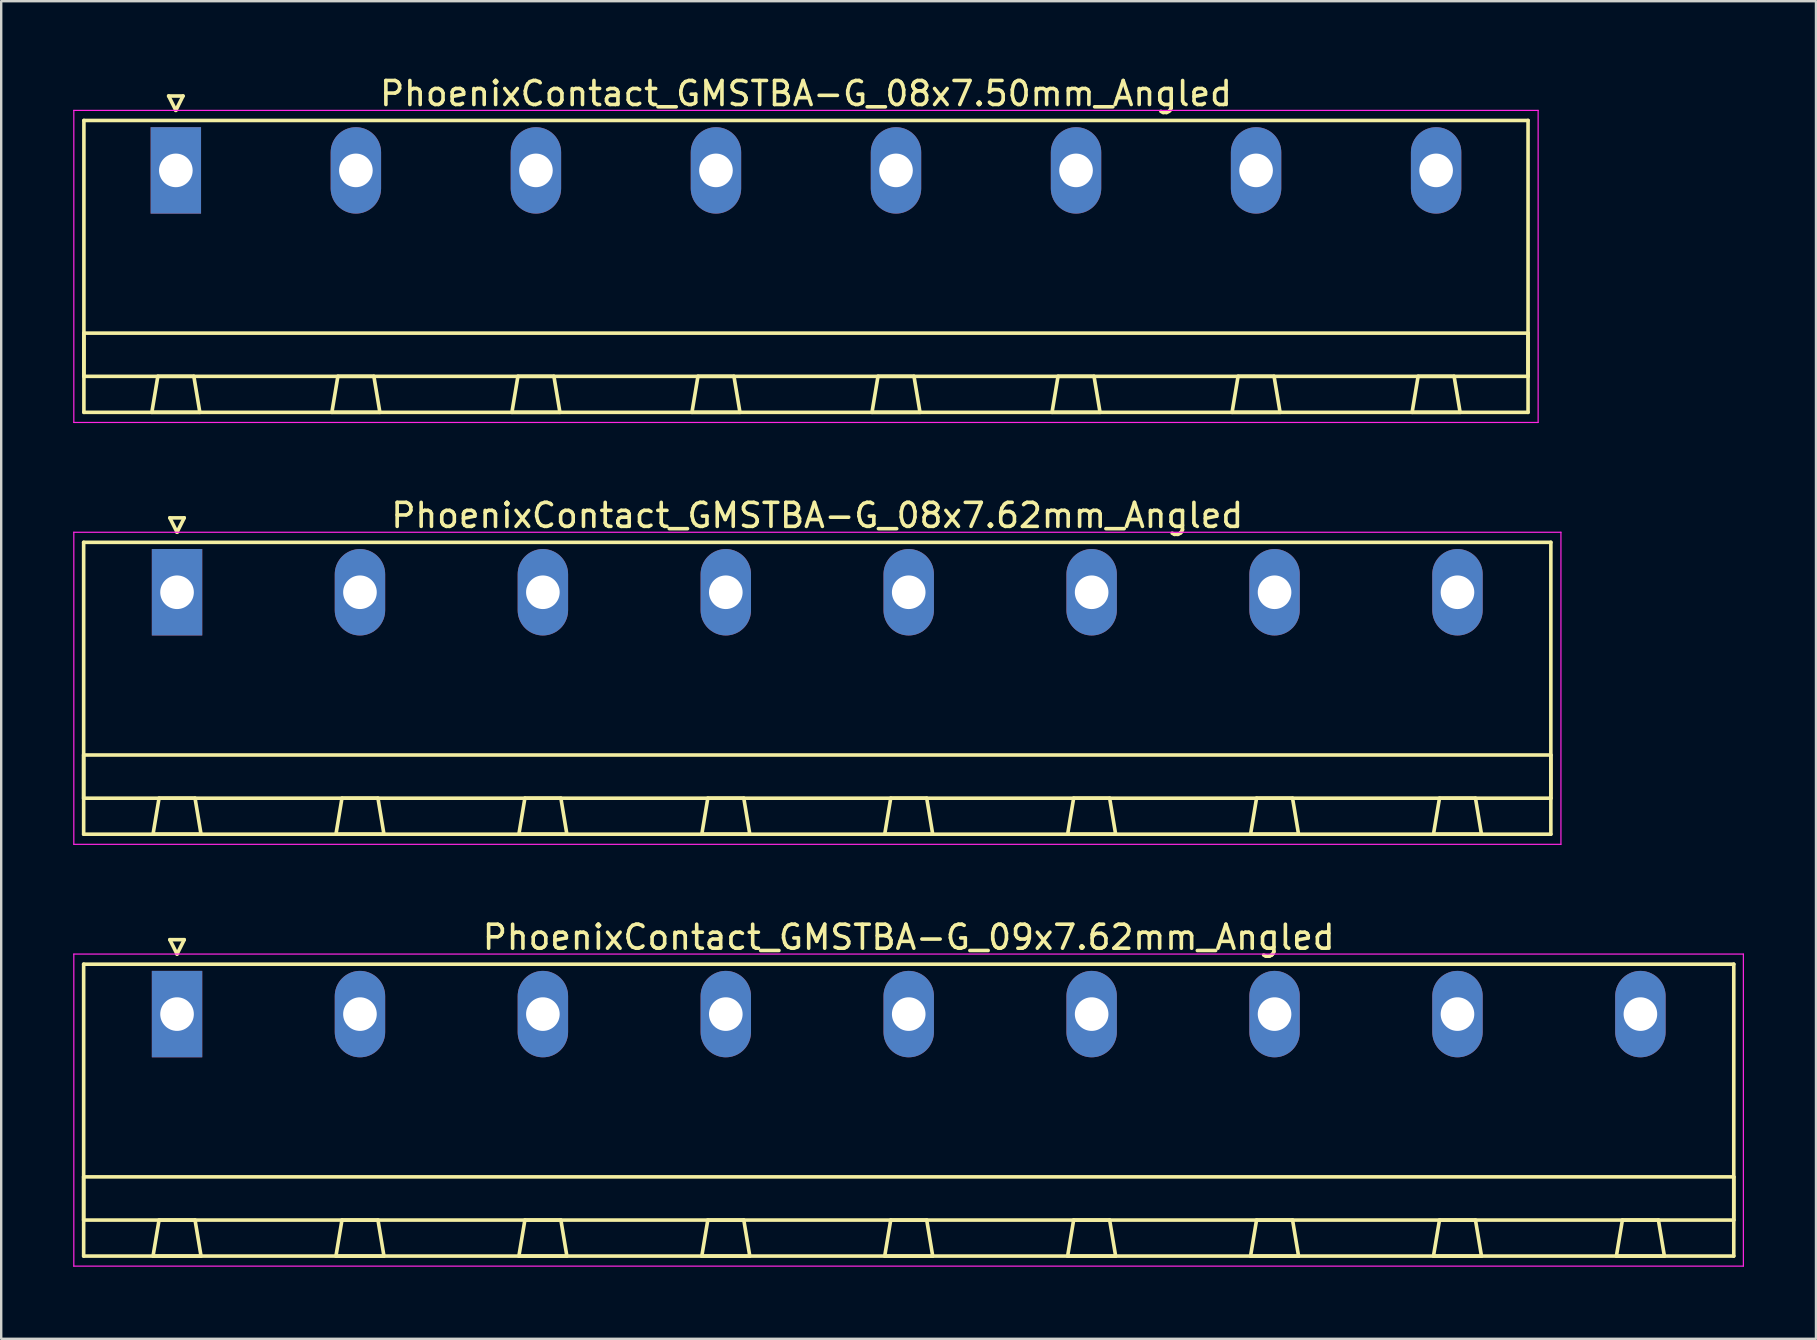
<source format=kicad_pcb>
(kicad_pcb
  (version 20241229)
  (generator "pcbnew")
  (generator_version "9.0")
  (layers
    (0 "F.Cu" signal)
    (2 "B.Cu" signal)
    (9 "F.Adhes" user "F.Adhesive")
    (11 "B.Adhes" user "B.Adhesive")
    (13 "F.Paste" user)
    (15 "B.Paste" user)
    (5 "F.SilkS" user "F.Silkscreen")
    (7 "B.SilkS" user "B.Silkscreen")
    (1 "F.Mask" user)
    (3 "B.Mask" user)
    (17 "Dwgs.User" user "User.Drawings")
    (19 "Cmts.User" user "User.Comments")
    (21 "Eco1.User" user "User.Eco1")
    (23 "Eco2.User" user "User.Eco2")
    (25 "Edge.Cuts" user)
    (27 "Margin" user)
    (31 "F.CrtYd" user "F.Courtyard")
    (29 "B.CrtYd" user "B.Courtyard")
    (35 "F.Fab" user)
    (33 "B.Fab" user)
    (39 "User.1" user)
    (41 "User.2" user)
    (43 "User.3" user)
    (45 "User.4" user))
  (footprint "PhoenixContact_GMSTBA-G_08x7.62mm_Angled"
    (layer "F.Cu")
    (at 4.325 21.622)
    (property "Reference" "PhoenixContact_GMSTBA-G_08x7.62mm_Angled" (at 26.67 -3.2 0) (layer "F.SilkS") (effects (font (size 1 1) (thickness 0.15))))
    (attr through_hole)
    (fp_line (start -3.89 -2.08) (end -3.89 10.08) (stroke (width 0.15) (type solid)) (layer "F.SilkS"))
    (fp_line (start -3.89 6.78) (end 57.23 6.78) (stroke (width 0.15) (type solid)) (layer "F.SilkS"))
    (fp_line (start -3.89 8.58) (end -3.89 6.78) (stroke (width 0.15) (type solid)) (layer "F.SilkS"))
    (fp_line (start -3.89 10.08) (end 57.23 10.08) (stroke (width 0.15) (type solid)) (layer "F.SilkS"))
    (fp_line (start -1 10.08) (end 1 10.08) (stroke (width 0.15) (type solid)) (layer "F.SilkS"))
    (fp_line (start -0.75 8.58) (end -1 10.08) (stroke (width 0.15) (type solid)) (layer "F.SilkS"))
    (fp_line (start -0.3 -3.1) (end 0 -2.5) (stroke (width 0.15) (type solid)) (layer "F.SilkS"))
    (fp_line (start 0 -2.5) (end 0.3 -3.1) (stroke (width 0.15) (type solid)) (layer "F.SilkS"))
    (fp_line (start 0.3 -3.1) (end -0.3 -3.1) (stroke (width 0.15) (type solid)) (layer "F.SilkS"))
    (fp_line (start 0.75 8.58) (end -0.75 8.58) (stroke (width 0.15) (type solid)) (layer "F.SilkS"))
    (fp_line (start 1 10.08) (end 0.75 8.58) (stroke (width 0.15) (type solid)) (layer "F.SilkS"))
    (fp_line (start 6.62 10.08) (end 8.62 10.08) (stroke (width 0.15) (type solid)) (layer "F.SilkS"))
    (fp_line (start 6.87 8.58) (end 6.62 10.08) (stroke (width 0.15) (type solid)) (layer "F.SilkS"))
    (fp_line (start 8.37 8.58) (end 6.87 8.58) (stroke (width 0.15) (type solid)) (layer "F.SilkS"))
    (fp_line (start 8.62 10.08) (end 8.37 8.58) (stroke (width 0.15) (type solid)) (layer "F.SilkS"))
    (fp_line (start 14.24 10.08) (end 16.24 10.08) (stroke (width 0.15) (type solid)) (layer "F.SilkS"))
    (fp_line (start 14.49 8.58) (end 14.24 10.08) (stroke (width 0.15) (type solid)) (layer "F.SilkS"))
    (fp_line (start 15.99 8.58) (end 14.49 8.58) (stroke (width 0.15) (type solid)) (layer "F.SilkS"))
    (fp_line (start 16.24 10.08) (end 15.99 8.58) (stroke (width 0.15) (type solid)) (layer "F.SilkS"))
    (fp_line (start 21.86 10.08) (end 23.86 10.08) (stroke (width 0.15) (type solid)) (layer "F.SilkS"))
    (fp_line (start 22.11 8.58) (end 21.86 10.08) (stroke (width 0.15) (type solid)) (layer "F.SilkS"))
    (fp_line (start 23.61 8.58) (end 22.11 8.58) (stroke (width 0.15) (type solid)) (layer "F.SilkS"))
    (fp_line (start 23.86 10.08) (end 23.61 8.58) (stroke (width 0.15) (type solid)) (layer "F.SilkS"))
    (fp_line (start 29.48 10.08) (end 31.48 10.08) (stroke (width 0.15) (type solid)) (layer "F.SilkS"))
    (fp_line (start 29.73 8.58) (end 29.48 10.08) (stroke (width 0.15) (type solid)) (layer "F.SilkS"))
    (fp_line (start 31.23 8.58) (end 29.73 8.58) (stroke (width 0.15) (type solid)) (layer "F.SilkS"))
    (fp_line (start 31.48 10.08) (end 31.23 8.58) (stroke (width 0.15) (type solid)) (layer "F.SilkS"))
    (fp_line (start 37.1 10.08) (end 39.1 10.08) (stroke (width 0.15) (type solid)) (layer "F.SilkS"))
    (fp_line (start 37.35 8.58) (end 37.1 10.08) (stroke (width 0.15) (type solid)) (layer "F.SilkS"))
    (fp_line (start 38.85 8.58) (end 37.35 8.58) (stroke (width 0.15) (type solid)) (layer "F.SilkS"))
    (fp_line (start 39.1 10.08) (end 38.85 8.58) (stroke (width 0.15) (type solid)) (layer "F.SilkS"))
    (fp_line (start 44.72 10.08) (end 46.72 10.08) (stroke (width 0.15) (type solid)) (layer "F.SilkS"))
    (fp_line (start 44.97 8.58) (end 44.72 10.08) (stroke (width 0.15) (type solid)) (layer "F.SilkS"))
    (fp_line (start 46.47 8.58) (end 44.97 8.58) (stroke (width 0.15) (type solid)) (layer "F.SilkS"))
    (fp_line (start 46.72 10.08) (end 46.47 8.58) (stroke (width 0.15) (type solid)) (layer "F.SilkS"))
    (fp_line (start 52.34 10.08) (end 54.34 10.08) (stroke (width 0.15) (type solid)) (layer "F.SilkS"))
    (fp_line (start 52.59 8.58) (end 52.34 10.08) (stroke (width 0.15) (type solid)) (layer "F.SilkS"))
    (fp_line (start 54.09 8.58) (end 52.59 8.58) (stroke (width 0.15) (type solid)) (layer "F.SilkS"))
    (fp_line (start 54.34 10.08) (end 54.09 8.58) (stroke (width 0.15) (type solid)) (layer "F.SilkS"))
    (fp_line (start 57.23 -2.08) (end -3.89 -2.08) (stroke (width 0.15) (type solid)) (layer "F.SilkS"))
    (fp_line (start 57.23 6.78) (end 57.23 8.58) (stroke (width 0.15) (type solid)) (layer "F.SilkS"))
    (fp_line (start 57.23 8.58) (end -3.89 8.58) (stroke (width 0.15) (type solid)) (layer "F.SilkS"))
    (fp_line (start 57.23 10.08) (end 57.23 -2.08) (stroke (width 0.15) (type solid)) (layer "F.SilkS"))
    (fp_line (start -4.3 -2.5) (end -4.3 10.5) (stroke (width 0.05) (type solid)) (layer "F.CrtYd"))
    (fp_line (start -4.3 10.5) (end 57.65 10.5) (stroke (width 0.05) (type solid)) (layer "F.CrtYd"))
    (fp_line (start 57.65 -2.5) (end -4.3 -2.5) (stroke (width 0.05) (type solid)) (layer "F.CrtYd"))
    (fp_line (start 57.65 10.5) (end 57.65 -2.5) (stroke (width 0.05) (type solid)) (layer "F.CrtYd"))
    (pad "1" thru_hole rect (at 0 0) (size 2.1 3.6) (drill 1.4) (layers "*.Cu" "*.Mask"))
    (pad "2" thru_hole oval (at 7.62 0) (size 2.1 3.6) (drill 1.4) (layers "*.Cu" "*.Mask"))
    (pad "3" thru_hole oval (at 15.24 0) (size 2.1 3.6) (drill 1.4) (layers "*.Cu" "*.Mask"))
    (pad "4" thru_hole oval (at 22.86 0) (size 2.1 3.6) (drill 1.4) (layers "*.Cu" "*.Mask"))
    (pad "5" thru_hole oval (at 30.48 0) (size 2.1 3.6) (drill 1.4) (layers "*.Cu" "*.Mask"))
    (pad "6" thru_hole oval (at 38.1 0) (size 2.1 3.6) (drill 1.4) (layers "*.Cu" "*.Mask"))
    (pad "7" thru_hole oval (at 45.72 0) (size 2.1 3.6) (drill 1.4) (layers "*.Cu" "*.Mask"))
    (pad "8" thru_hole oval (at 53.34 0) (size 2.1 3.6) (drill 1.4) (layers "*.Cu" "*.Mask")))
  (footprint "PhoenixContact_GMSTBA-G_09x7.62mm_Angled"
    (layer "F.Cu")
    (at 4.325 39.195)
    (property "Reference" "PhoenixContact_GMSTBA-G_09x7.62mm_Angled" (at 30.48 -3.2 0) (layer "F.SilkS") (effects (font (size 1 1) (thickness 0.15))))
    (attr through_hole)
    (fp_line (start -3.89 -2.08) (end -3.89 10.08) (stroke (width 0.15) (type solid)) (layer "F.SilkS"))
    (fp_line (start -3.89 6.78) (end 64.85 6.78) (stroke (width 0.15) (type solid)) (layer "F.SilkS"))
    (fp_line (start -3.89 8.58) (end -3.89 6.78) (stroke (width 0.15) (type solid)) (layer "F.SilkS"))
    (fp_line (start -3.89 10.08) (end 64.85 10.08) (stroke (width 0.15) (type solid)) (layer "F.SilkS"))
    (fp_line (start -1 10.08) (end 1 10.08) (stroke (width 0.15) (type solid)) (layer "F.SilkS"))
    (fp_line (start -0.75 8.58) (end -1 10.08) (stroke (width 0.15) (type solid)) (layer "F.SilkS"))
    (fp_line (start -0.3 -3.1) (end 0 -2.5) (stroke (width 0.15) (type solid)) (layer "F.SilkS"))
    (fp_line (start 0 -2.5) (end 0.3 -3.1) (stroke (width 0.15) (type solid)) (layer "F.SilkS"))
    (fp_line (start 0.3 -3.1) (end -0.3 -3.1) (stroke (width 0.15) (type solid)) (layer "F.SilkS"))
    (fp_line (start 0.75 8.58) (end -0.75 8.58) (stroke (width 0.15) (type solid)) (layer "F.SilkS"))
    (fp_line (start 1 10.08) (end 0.75 8.58) (stroke (width 0.15) (type solid)) (layer "F.SilkS"))
    (fp_line (start 6.62 10.08) (end 8.62 10.08) (stroke (width 0.15) (type solid)) (layer "F.SilkS"))
    (fp_line (start 6.87 8.58) (end 6.62 10.08) (stroke (width 0.15) (type solid)) (layer "F.SilkS"))
    (fp_line (start 8.37 8.58) (end 6.87 8.58) (stroke (width 0.15) (type solid)) (layer "F.SilkS"))
    (fp_line (start 8.62 10.08) (end 8.37 8.58) (stroke (width 0.15) (type solid)) (layer "F.SilkS"))
    (fp_line (start 14.24 10.08) (end 16.24 10.08) (stroke (width 0.15) (type solid)) (layer "F.SilkS"))
    (fp_line (start 14.49 8.58) (end 14.24 10.08) (stroke (width 0.15) (type solid)) (layer "F.SilkS"))
    (fp_line (start 15.99 8.58) (end 14.49 8.58) (stroke (width 0.15) (type solid)) (layer "F.SilkS"))
    (fp_line (start 16.24 10.08) (end 15.99 8.58) (stroke (width 0.15) (type solid)) (layer "F.SilkS"))
    (fp_line (start 21.86 10.08) (end 23.86 10.08) (stroke (width 0.15) (type solid)) (layer "F.SilkS"))
    (fp_line (start 22.11 8.58) (end 21.86 10.08) (stroke (width 0.15) (type solid)) (layer "F.SilkS"))
    (fp_line (start 23.61 8.58) (end 22.11 8.58) (stroke (width 0.15) (type solid)) (layer "F.SilkS"))
    (fp_line (start 23.86 10.08) (end 23.61 8.58) (stroke (width 0.15) (type solid)) (layer "F.SilkS"))
    (fp_line (start 29.48 10.08) (end 31.48 10.08) (stroke (width 0.15) (type solid)) (layer "F.SilkS"))
    (fp_line (start 29.73 8.58) (end 29.48 10.08) (stroke (width 0.15) (type solid)) (layer "F.SilkS"))
    (fp_line (start 31.23 8.58) (end 29.73 8.58) (stroke (width 0.15) (type solid)) (layer "F.SilkS"))
    (fp_line (start 31.48 10.08) (end 31.23 8.58) (stroke (width 0.15) (type solid)) (layer "F.SilkS"))
    (fp_line (start 37.1 10.08) (end 39.1 10.08) (stroke (width 0.15) (type solid)) (layer "F.SilkS"))
    (fp_line (start 37.35 8.58) (end 37.1 10.08) (stroke (width 0.15) (type solid)) (layer "F.SilkS"))
    (fp_line (start 38.85 8.58) (end 37.35 8.58) (stroke (width 0.15) (type solid)) (layer "F.SilkS"))
    (fp_line (start 39.1 10.08) (end 38.85 8.58) (stroke (width 0.15) (type solid)) (layer "F.SilkS"))
    (fp_line (start 44.72 10.08) (end 46.72 10.08) (stroke (width 0.15) (type solid)) (layer "F.SilkS"))
    (fp_line (start 44.97 8.58) (end 44.72 10.08) (stroke (width 0.15) (type solid)) (layer "F.SilkS"))
    (fp_line (start 46.47 8.58) (end 44.97 8.58) (stroke (width 0.15) (type solid)) (layer "F.SilkS"))
    (fp_line (start 46.72 10.08) (end 46.47 8.58) (stroke (width 0.15) (type solid)) (layer "F.SilkS"))
    (fp_line (start 52.34 10.08) (end 54.34 10.08) (stroke (width 0.15) (type solid)) (layer "F.SilkS"))
    (fp_line (start 52.59 8.58) (end 52.34 10.08) (stroke (width 0.15) (type solid)) (layer "F.SilkS"))
    (fp_line (start 54.09 8.58) (end 52.59 8.58) (stroke (width 0.15) (type solid)) (layer "F.SilkS"))
    (fp_line (start 54.34 10.08) (end 54.09 8.58) (stroke (width 0.15) (type solid)) (layer "F.SilkS"))
    (fp_line (start 59.96 10.08) (end 61.96 10.08) (stroke (width 0.15) (type solid)) (layer "F.SilkS"))
    (fp_line (start 60.21 8.58) (end 59.96 10.08) (stroke (width 0.15) (type solid)) (layer "F.SilkS"))
    (fp_line (start 61.71 8.58) (end 60.21 8.58) (stroke (width 0.15) (type solid)) (layer "F.SilkS"))
    (fp_line (start 61.96 10.08) (end 61.71 8.58) (stroke (width 0.15) (type solid)) (layer "F.SilkS"))
    (fp_line (start 64.85 -2.08) (end -3.89 -2.08) (stroke (width 0.15) (type solid)) (layer "F.SilkS"))
    (fp_line (start 64.85 6.78) (end 64.85 8.58) (stroke (width 0.15) (type solid)) (layer "F.SilkS"))
    (fp_line (start 64.85 8.58) (end -3.89 8.58) (stroke (width 0.15) (type solid)) (layer "F.SilkS"))
    (fp_line (start 64.85 10.08) (end 64.85 -2.08) (stroke (width 0.15) (type solid)) (layer "F.SilkS"))
    (fp_line (start -4.3 -2.5) (end -4.3 10.5) (stroke (width 0.05) (type solid)) (layer "F.CrtYd"))
    (fp_line (start -4.3 10.5) (end 65.25 10.5) (stroke (width 0.05) (type solid)) (layer "F.CrtYd"))
    (fp_line (start 65.25 -2.5) (end -4.3 -2.5) (stroke (width 0.05) (type solid)) (layer "F.CrtYd"))
    (fp_line (start 65.25 10.5) (end 65.25 -2.5) (stroke (width 0.05) (type solid)) (layer "F.CrtYd"))
    (pad "1" thru_hole rect (at 0 0) (size 2.1 3.6) (drill 1.4) (layers "*.Cu" "*.Mask"))
    (pad "2" thru_hole oval (at 7.62 0) (size 2.1 3.6) (drill 1.4) (layers "*.Cu" "*.Mask"))
    (pad "3" thru_hole oval (at 15.24 0) (size 2.1 3.6) (drill 1.4) (layers "*.Cu" "*.Mask"))
    (pad "4" thru_hole oval (at 22.86 0) (size 2.1 3.6) (drill 1.4) (layers "*.Cu" "*.Mask"))
    (pad "5" thru_hole oval (at 30.48 0) (size 2.1 3.6) (drill 1.4) (layers "*.Cu" "*.Mask"))
    (pad "6" thru_hole oval (at 38.1 0) (size 2.1 3.6) (drill 1.4) (layers "*.Cu" "*.Mask"))
    (pad "7" thru_hole oval (at 45.72 0) (size 2.1 3.6) (drill 1.4) (layers "*.Cu" "*.Mask"))
    (pad "8" thru_hole oval (at 53.34 0) (size 2.1 3.6) (drill 1.4) (layers "*.Cu" "*.Mask"))
    (pad "9" thru_hole oval (at 60.96 0) (size 2.1 3.6) (drill 1.4) (layers "*.Cu" "*.Mask")))
  (footprint "PhoenixContact_GMSTBA-G_08x7.50mm_Angled"
    (layer "F.Cu")
    (at 4.275 4.048)
    (property "Reference" "PhoenixContact_GMSTBA-G_08x7.50mm_Angled" (at 26.25 -3.2 0) (layer "F.SilkS") (effects (font (size 1 1) (thickness 0.15))))
    (attr through_hole)
    (fp_line (start -3.83 -2.08) (end -3.83 10.08) (stroke (width 0.15) (type solid)) (layer "F.SilkS"))
    (fp_line (start -3.83 6.78) (end 56.33 6.78) (stroke (width 0.15) (type solid)) (layer "F.SilkS"))
    (fp_line (start -3.83 8.58) (end -3.83 6.78) (stroke (width 0.15) (type solid)) (layer "F.SilkS"))
    (fp_line (start -3.83 10.08) (end 56.33 10.08) (stroke (width 0.15) (type solid)) (layer "F.SilkS"))
    (fp_line (start -1 10.08) (end 1 10.08) (stroke (width 0.15) (type solid)) (layer "F.SilkS"))
    (fp_line (start -0.75 8.58) (end -1 10.08) (stroke (width 0.15) (type solid)) (layer "F.SilkS"))
    (fp_line (start -0.3 -3.1) (end 0 -2.5) (stroke (width 0.15) (type solid)) (layer "F.SilkS"))
    (fp_line (start 0 -2.5) (end 0.3 -3.1) (stroke (width 0.15) (type solid)) (layer "F.SilkS"))
    (fp_line (start 0.3 -3.1) (end -0.3 -3.1) (stroke (width 0.15) (type solid)) (layer "F.SilkS"))
    (fp_line (start 0.75 8.58) (end -0.75 8.58) (stroke (width 0.15) (type solid)) (layer "F.SilkS"))
    (fp_line (start 1 10.08) (end 0.75 8.58) (stroke (width 0.15) (type solid)) (layer "F.SilkS"))
    (fp_line (start 6.5 10.08) (end 8.5 10.08) (stroke (width 0.15) (type solid)) (layer "F.SilkS"))
    (fp_line (start 6.75 8.58) (end 6.5 10.08) (stroke (width 0.15) (type solid)) (layer "F.SilkS"))
    (fp_line (start 8.25 8.58) (end 6.75 8.58) (stroke (width 0.15) (type solid)) (layer "F.SilkS"))
    (fp_line (start 8.5 10.08) (end 8.25 8.58) (stroke (width 0.15) (type solid)) (layer "F.SilkS"))
    (fp_line (start 14 10.08) (end 16 10.08) (stroke (width 0.15) (type solid)) (layer "F.SilkS"))
    (fp_line (start 14.25 8.58) (end 14 10.08) (stroke (width 0.15) (type solid)) (layer "F.SilkS"))
    (fp_line (start 15.75 8.58) (end 14.25 8.58) (stroke (width 0.15) (type solid)) (layer "F.SilkS"))
    (fp_line (start 16 10.08) (end 15.75 8.58) (stroke (width 0.15) (type solid)) (layer "F.SilkS"))
    (fp_line (start 21.5 10.08) (end 23.5 10.08) (stroke (width 0.15) (type solid)) (layer "F.SilkS"))
    (fp_line (start 21.75 8.58) (end 21.5 10.08) (stroke (width 0.15) (type solid)) (layer "F.SilkS"))
    (fp_line (start 23.25 8.58) (end 21.75 8.58) (stroke (width 0.15) (type solid)) (layer "F.SilkS"))
    (fp_line (start 23.5 10.08) (end 23.25 8.58) (stroke (width 0.15) (type solid)) (layer "F.SilkS"))
    (fp_line (start 29 10.08) (end 31 10.08) (stroke (width 0.15) (type solid)) (layer "F.SilkS"))
    (fp_line (start 29.25 8.58) (end 29 10.08) (stroke (width 0.15) (type solid)) (layer "F.SilkS"))
    (fp_line (start 30.75 8.58) (end 29.25 8.58) (stroke (width 0.15) (type solid)) (layer "F.SilkS"))
    (fp_line (start 31 10.08) (end 30.75 8.58) (stroke (width 0.15) (type solid)) (layer "F.SilkS"))
    (fp_line (start 36.5 10.08) (end 38.5 10.08) (stroke (width 0.15) (type solid)) (layer "F.SilkS"))
    (fp_line (start 36.75 8.58) (end 36.5 10.08) (stroke (width 0.15) (type solid)) (layer "F.SilkS"))
    (fp_line (start 38.25 8.58) (end 36.75 8.58) (stroke (width 0.15) (type solid)) (layer "F.SilkS"))
    (fp_line (start 38.5 10.08) (end 38.25 8.58) (stroke (width 0.15) (type solid)) (layer "F.SilkS"))
    (fp_line (start 44 10.08) (end 46 10.08) (stroke (width 0.15) (type solid)) (layer "F.SilkS"))
    (fp_line (start 44.25 8.58) (end 44 10.08) (stroke (width 0.15) (type solid)) (layer "F.SilkS"))
    (fp_line (start 45.75 8.58) (end 44.25 8.58) (stroke (width 0.15) (type solid)) (layer "F.SilkS"))
    (fp_line (start 46 10.08) (end 45.75 8.58) (stroke (width 0.15) (type solid)) (layer "F.SilkS"))
    (fp_line (start 51.5 10.08) (end 53.5 10.08) (stroke (width 0.15) (type solid)) (layer "F.SilkS"))
    (fp_line (start 51.75 8.58) (end 51.5 10.08) (stroke (width 0.15) (type solid)) (layer "F.SilkS"))
    (fp_line (start 53.25 8.58) (end 51.75 8.58) (stroke (width 0.15) (type solid)) (layer "F.SilkS"))
    (fp_line (start 53.5 10.08) (end 53.25 8.58) (stroke (width 0.15) (type solid)) (layer "F.SilkS"))
    (fp_line (start 56.33 -2.08) (end -3.83 -2.08) (stroke (width 0.15) (type solid)) (layer "F.SilkS"))
    (fp_line (start 56.33 6.78) (end 56.33 8.58) (stroke (width 0.15) (type solid)) (layer "F.SilkS"))
    (fp_line (start 56.33 8.58) (end -3.83 8.58) (stroke (width 0.15) (type solid)) (layer "F.SilkS"))
    (fp_line (start 56.33 10.08) (end 56.33 -2.08) (stroke (width 0.15) (type solid)) (layer "F.SilkS"))
    (fp_line (start -4.25 -2.5) (end -4.25 10.5) (stroke (width 0.05) (type solid)) (layer "F.CrtYd"))
    (fp_line (start -4.25 10.5) (end 56.75 10.5) (stroke (width 0.05) (type solid)) (layer "F.CrtYd"))
    (fp_line (start 56.75 -2.5) (end -4.25 -2.5) (stroke (width 0.05) (type solid)) (layer "F.CrtYd"))
    (fp_line (start 56.75 10.5) (end 56.75 -2.5) (stroke (width 0.05) (type solid)) (layer "F.CrtYd"))
    (pad "1" thru_hole rect (at 0 0) (size 2.1 3.6) (drill 1.4) (layers "*.Cu" "*.Mask"))
    (pad "2" thru_hole oval (at 7.5 0) (size 2.1 3.6) (drill 1.4) (layers "*.Cu" "*.Mask"))
    (pad "3" thru_hole oval (at 15 0) (size 2.1 3.6) (drill 1.4) (layers "*.Cu" "*.Mask"))
    (pad "4" thru_hole oval (at 22.5 0) (size 2.1 3.6) (drill 1.4) (layers "*.Cu" "*.Mask"))
    (pad "5" thru_hole oval (at 30 0) (size 2.1 3.6) (drill 1.4) (layers "*.Cu" "*.Mask"))
    (pad "6" thru_hole oval (at 37.5 0) (size 2.1 3.6) (drill 1.4) (layers "*.Cu" "*.Mask"))
    (pad "7" thru_hole oval (at 45 0) (size 2.1 3.6) (drill 1.4) (layers "*.Cu" "*.Mask"))
    (pad "8" thru_hole oval (at 52.5 0) (size 2.1 3.6) (drill 1.4) (layers "*.Cu" "*.Mask")))
  (gr_rect
    (start -3 -3)
    (end 72.6 52.72)
    (stroke (width 0.1) (type default))
    (fill no)
    (layer "Edge.Cuts")))
</source>
